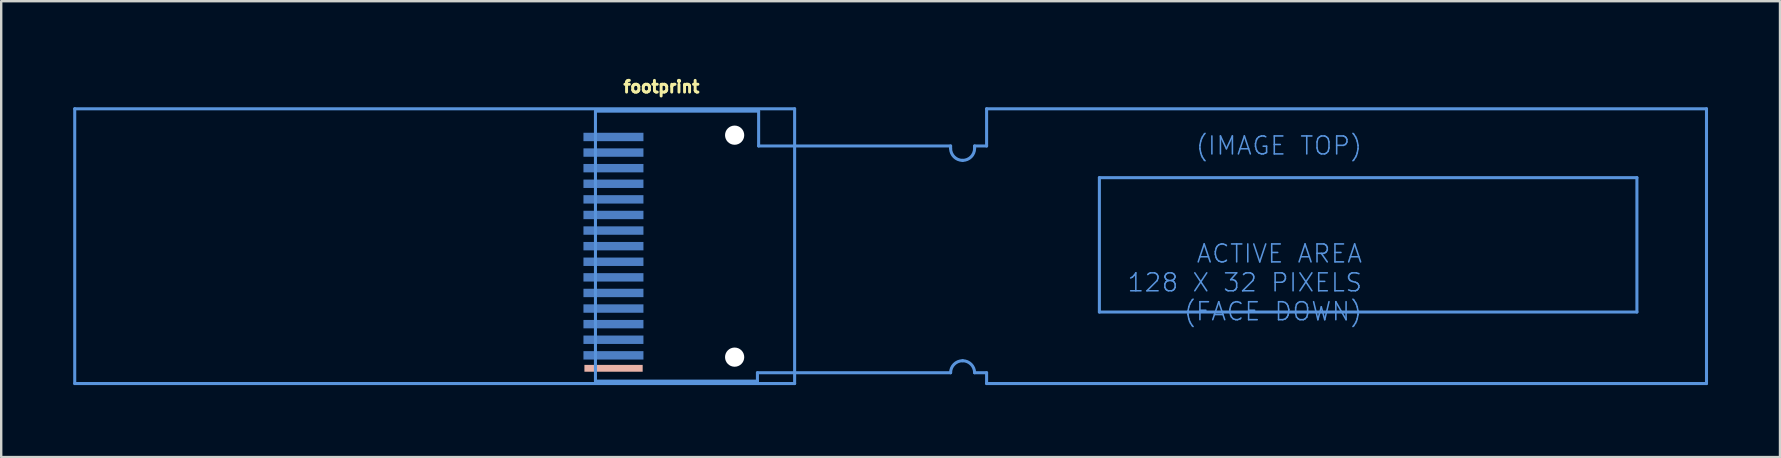
<source format=kicad_pcb>
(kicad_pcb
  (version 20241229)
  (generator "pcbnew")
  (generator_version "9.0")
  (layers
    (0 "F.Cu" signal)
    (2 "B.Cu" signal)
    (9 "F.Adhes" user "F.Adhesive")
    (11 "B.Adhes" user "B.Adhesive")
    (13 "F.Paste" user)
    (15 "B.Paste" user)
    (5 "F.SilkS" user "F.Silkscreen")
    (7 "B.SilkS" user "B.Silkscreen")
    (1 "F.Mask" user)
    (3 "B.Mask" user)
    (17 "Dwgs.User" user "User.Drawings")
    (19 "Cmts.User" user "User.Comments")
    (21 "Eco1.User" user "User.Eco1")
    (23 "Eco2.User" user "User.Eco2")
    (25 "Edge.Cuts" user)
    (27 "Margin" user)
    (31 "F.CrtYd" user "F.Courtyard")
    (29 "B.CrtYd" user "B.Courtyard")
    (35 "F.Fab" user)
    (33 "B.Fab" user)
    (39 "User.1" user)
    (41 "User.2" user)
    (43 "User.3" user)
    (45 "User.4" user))
  (footprint "footprint"
    (layer "F.Cu")
    (at 21.764 1.583)
    (property "Reference" "footprint" (at 1.1 -0.73 0) (layer "F.SilkS") (effects (font (size 0.488 0.488) (thickness 0.122)) (justify left bottom)))
    (fp_poly (pts (xy 1.968 10.858) (xy -0.46 10.858) (xy -0.46 10.573) (xy 1.968 10.573)) (stroke (width 0) (type solid)) (fill yes) (layer "B.SilkS"))
    (fp_poly (pts (xy -0.475 1.225) (xy 1.625 1.225) (xy 1.625 0.925) (xy -0.475 0.925)) (stroke (width 0) (type solid)) (fill yes) (layer "B.Paste"))
    (fp_poly (pts (xy -0.475 1.875) (xy 1.625 1.875) (xy 1.625 1.575) (xy -0.475 1.575)) (stroke (width 0) (type solid)) (fill yes) (layer "B.Paste"))
    (fp_poly (pts (xy -0.475 2.525) (xy 1.625 2.525) (xy 1.625 2.225) (xy -0.475 2.225)) (stroke (width 0) (type solid)) (fill yes) (layer "B.Paste"))
    (fp_poly (pts (xy -0.475 3.175) (xy 1.625 3.175) (xy 1.625 2.875) (xy -0.475 2.875)) (stroke (width 0) (type solid)) (fill yes) (layer "B.Paste"))
    (fp_poly (pts (xy -0.475 3.825) (xy 1.625 3.825) (xy 1.625 3.525) (xy -0.475 3.525)) (stroke (width 0) (type solid)) (fill yes) (layer "B.Paste"))
    (fp_poly (pts (xy -0.475 4.475) (xy 1.625 4.475) (xy 1.625 4.175) (xy -0.475 4.175)) (stroke (width 0) (type solid)) (fill yes) (layer "B.Paste"))
    (fp_poly (pts (xy -0.475 5.125) (xy 1.625 5.125) (xy 1.625 4.825) (xy -0.475 4.825)) (stroke (width 0) (type solid)) (fill yes) (layer "B.Paste"))
    (fp_poly (pts (xy -0.475 5.775) (xy 1.625 5.775) (xy 1.625 5.475) (xy -0.475 5.475)) (stroke (width 0) (type solid)) (fill yes) (layer "B.Paste"))
    (fp_poly (pts (xy -0.475 6.425) (xy 1.625 6.425) (xy 1.625 6.125) (xy -0.475 6.125)) (stroke (width 0) (type solid)) (fill yes) (layer "B.Paste"))
    (fp_poly (pts (xy -0.475 7.075) (xy 1.625 7.075) (xy 1.625 6.775) (xy -0.475 6.775)) (stroke (width 0) (type solid)) (fill yes) (layer "B.Paste"))
    (fp_poly (pts (xy -0.475 7.725) (xy 1.625 7.725) (xy 1.625 7.425) (xy -0.475 7.425)) (stroke (width 0) (type solid)) (fill yes) (layer "B.Paste"))
    (fp_poly (pts (xy -0.475 8.375) (xy 1.625 8.375) (xy 1.625 8.075) (xy -0.475 8.075)) (stroke (width 0) (type solid)) (fill yes) (layer "B.Paste"))
    (fp_poly (pts (xy -0.475 9.025) (xy 1.625 9.025) (xy 1.625 8.725) (xy -0.475 8.725)) (stroke (width 0) (type solid)) (fill yes) (layer "B.Paste"))
    (fp_poly (pts (xy -0.475 9.675) (xy 1.625 9.675) (xy 1.625 9.375) (xy -0.475 9.375)) (stroke (width 0) (type solid)) (fill yes) (layer "B.Paste"))
    (fp_poly (pts (xy -0.475 10.325) (xy 1.625 10.325) (xy 1.625 10.025) (xy -0.475 10.025)) (stroke (width 0) (type solid)) (fill yes) (layer "B.Paste"))
    (fp_line (start -21.7 -0.1) (end 8.3 -0.1) (stroke (width 0.127) (type solid)) (layer "Cmts.User"))
    (fp_line (start -21.7 11.35) (end -21.7 -0.1) (stroke (width 0.127) (type solid)) (layer "Cmts.User"))
    (fp_line (start 0 0) (end 0 11.25) (stroke (width 0.127) (type solid)) (layer "Cmts.User"))
    (fp_line (start 0 0) (end 6.8 0) (stroke (width 0.127) (type solid)) (layer "Cmts.User"))
    (fp_line (start 0 11.25) (end 6.75 11.25) (stroke (width 0.127) (type solid)) (layer "Cmts.User"))
    (fp_line (start 6.75 10.9) (end 14.8 10.9) (stroke (width 0.127) (type solid)) (layer "Cmts.User"))
    (fp_line (start 6.75 11.25) (end 6.75 10.9) (stroke (width 0.127) (type solid)) (layer "Cmts.User"))
    (fp_line (start 6.8 0) (end 6.8 1.45) (stroke (width 0.127) (type solid)) (layer "Cmts.User"))
    (fp_line (start 6.8 1.45) (end 14.8 1.45) (stroke (width 0.127) (type solid)) (layer "Cmts.User"))
    (fp_line (start 8.3 -0.1) (end 8.3 11.35) (stroke (width 0.127) (type solid)) (layer "Cmts.User"))
    (fp_line (start 8.3 11.35) (end -21.7 11.35) (stroke (width 0.127) (type solid)) (layer "Cmts.User"))
    (fp_line (start 14.8 1.45) (end 14.8 1.55) (stroke (width 0.127) (type solid)) (layer "Cmts.User"))
    (fp_line (start 15.8 1.55) (end 15.8 1.45) (stroke (width 0.127) (type solid)) (layer "Cmts.User"))
    (fp_line (start 16.3 -0.1) (end 16.3 1.45) (stroke (width 0.127) (type solid)) (layer "Cmts.User"))
    (fp_line (start 16.3 1.45) (end 15.8 1.45) (stroke (width 0.127) (type solid)) (layer "Cmts.User"))
    (fp_line (start 16.3 10.9) (end 15.8 10.9) (stroke (width 0.127) (type solid)) (layer "Cmts.User"))
    (fp_line (start 16.3 11.35) (end 16.3 10.9) (stroke (width 0.127) (type solid)) (layer "Cmts.User"))
    (fp_line (start 21 2.77) (end 21 8.37) (stroke (width 0.127) (type solid)) (layer "Cmts.User"))
    (fp_line (start 21 8.37) (end 43.4 8.37) (stroke (width 0.127) (type solid)) (layer "Cmts.User"))
    (fp_line (start 43.4 2.77) (end 21 2.77) (stroke (width 0.127) (type solid)) (layer "Cmts.User"))
    (fp_line (start 43.4 8.37) (end 43.4 2.77) (stroke (width 0.127) (type solid)) (layer "Cmts.User"))
    (fp_line (start 46.3 -0.1) (end 16.3 -0.1) (stroke (width 0.127) (type solid)) (layer "Cmts.User"))
    (fp_line (start 46.3 -0.1) (end 46.3 11.35) (stroke (width 0.127) (type solid)) (layer "Cmts.User"))
    (fp_line (start 46.3 11.35) (end 16.3 11.35) (stroke (width 0.127) (type solid)) (layer "Cmts.User"))
    (fp_arc (start 14.8 10.9) (mid 14.946447 10.546447) (end 15.3 10.4) (stroke (width 0.127) (type solid)) (layer "Cmts.User"))
    (fp_arc (start 15.3 2.05) (mid 14.946447 1.903553) (end 14.8 1.55) (stroke (width 0.127) (type solid)) (layer "Cmts.User"))
    (fp_arc (start 15.3 10.4) (mid 15.653553 10.546447) (end 15.8 10.9) (stroke (width 0.127) (type solid)) (layer "Cmts.User"))
    (fp_arc (start 15.8 1.55) (mid 15.653553 1.903553) (end 15.3 2.05) (stroke (width 0.127) (type solid)) (layer "Cmts.User"))
    (fp_text user "(IMAGE TOP)" (at 32 1 0) (layer "Cmts.User") (effects (font (size 0.748 0.748) (thickness 0.065)) (justify right top)))
    (fp_text user "ACTIVE AREA\n128 X 32 PIXELS\n(FACE DOWN)" (at 32 5.5 0) (layer "Cmts.User") (effects (font (size 0.748 0.748) (thickness 0.065)) (justify right top)))
    (pad "" np_thru_hole circle (at 5.8 1) (size 0.8 0.8) (drill 0.8) (layers "*.Cu" "*.Mask"))
    (pad "" np_thru_hole circle (at 5.8 10.25) (size 0.8 0.8) (drill 0.8) (layers "*.Cu" "*.Mask"))
    (pad "1" smd rect (at 0.75 10.175 270) (size 0.35 2.5) (layers "B.Cu" "B.Mask"))
    (pad "2" smd rect (at 0.75 9.525 270) (size 0.35 2.5) (layers "B.Cu" "B.Mask"))
    (pad "3" smd rect (at 0.75 8.875 270) (size 0.35 2.5) (layers "B.Cu" "B.Mask"))
    (pad "4" smd rect (at 0.75 8.225 270) (size 0.35 2.5) (layers "B.Cu" "B.Mask"))
    (pad "5" smd rect (at 0.75 7.575 270) (size 0.35 2.5) (layers "B.Cu" "B.Mask"))
    (pad "6" smd rect (at 0.75 6.925 270) (size 0.35 2.5) (layers "B.Cu" "B.Mask"))
    (pad "7" smd rect (at 0.75 6.275 270) (size 0.35 2.5) (layers "B.Cu" "B.Mask"))
    (pad "8" smd rect (at 0.75 5.625 270) (size 0.35 2.5) (layers "B.Cu" "B.Mask"))
    (pad "9" smd rect (at 0.75 4.975 270) (size 0.35 2.5) (layers "B.Cu" "B.Mask"))
    (pad "10" smd rect (at 0.75 4.325 270) (size 0.35 2.5) (layers "B.Cu" "B.Mask"))
    (pad "11" smd rect (at 0.75 3.675 270) (size 0.35 2.5) (layers "B.Cu" "B.Mask"))
    (pad "12" smd rect (at 0.75 3.025 270) (size 0.35 2.5) (layers "B.Cu" "B.Mask"))
    (pad "13" smd rect (at 0.75 2.375 270) (size 0.35 2.5) (layers "B.Cu" "B.Mask"))
    (pad "14" smd rect (at 0.75 1.725 270) (size 0.35 2.5) (layers "B.Cu" "B.Mask"))
    (pad "15" smd rect (at 0.75 1.075 270) (size 0.35 2.5) (layers "B.Cu" "B.Mask")))
  (gr_rect
    (start -3 -3)
    (end 71.127 15.997)
    (stroke (width 0.1) (type default))
    (fill no)
    (layer "Edge.Cuts")))
</source>
